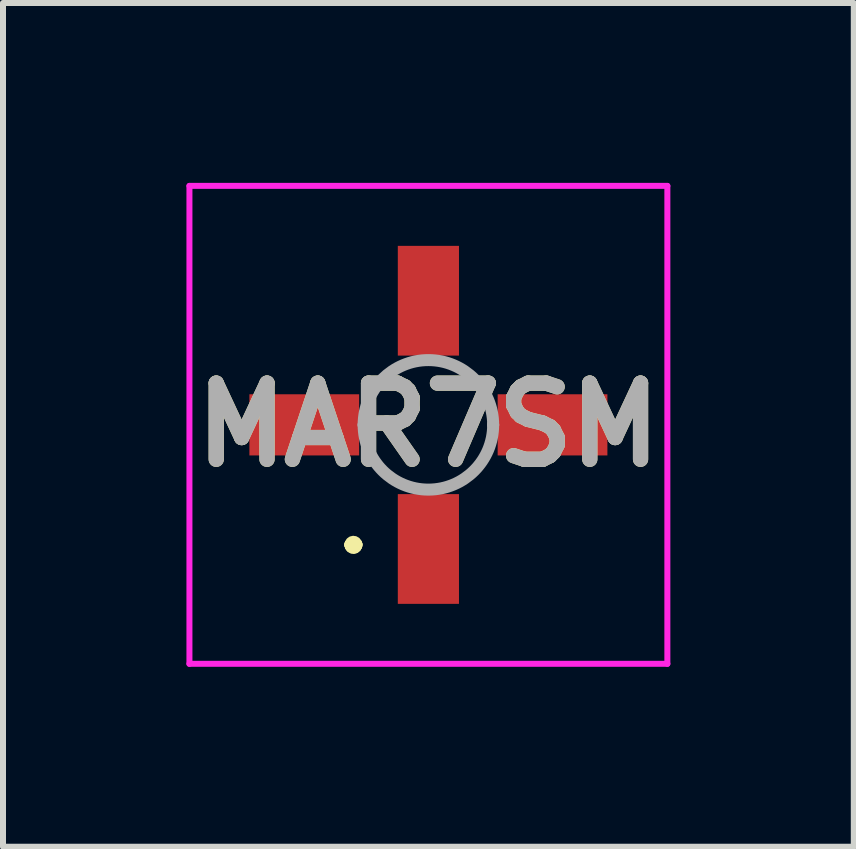
<source format=kicad_pcb>
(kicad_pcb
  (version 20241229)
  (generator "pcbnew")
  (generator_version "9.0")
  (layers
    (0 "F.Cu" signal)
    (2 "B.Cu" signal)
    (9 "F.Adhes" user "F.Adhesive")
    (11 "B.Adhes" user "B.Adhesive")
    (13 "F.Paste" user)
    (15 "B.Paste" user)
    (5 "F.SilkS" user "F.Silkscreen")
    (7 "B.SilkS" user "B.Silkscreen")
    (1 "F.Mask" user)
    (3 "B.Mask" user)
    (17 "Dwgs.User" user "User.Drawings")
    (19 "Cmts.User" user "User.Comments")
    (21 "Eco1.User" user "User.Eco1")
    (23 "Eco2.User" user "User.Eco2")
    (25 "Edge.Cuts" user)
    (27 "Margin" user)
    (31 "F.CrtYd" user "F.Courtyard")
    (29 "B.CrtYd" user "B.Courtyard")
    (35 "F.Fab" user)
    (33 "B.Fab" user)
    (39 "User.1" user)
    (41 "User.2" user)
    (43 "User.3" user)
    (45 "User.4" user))
  (footprint "MAR7SM"
    (layer "F.Cu")
    (at 4.094 4.035)
    (property "Reference" "MAR7SM" (at 0 0 0) (layer "F.SilkS") (effects (font (size 1.27 1.27) (thickness 0.254))))
    (attr smd)
    (fp_line (start -1.3 2) (end -1.3 2) (stroke (width 0.2) (type solid)) (layer "F.SilkS"))
    (fp_line (start -1.3 2) (end -1.3 2) (stroke (width 0.2) (type solid)) (layer "F.SilkS"))
    (fp_line (start -1.2 2) (end -1.2 2) (stroke (width 0.2) (type solid)) (layer "F.SilkS"))
    (fp_arc (start -1.3 2) (mid -1.25 1.95) (end -1.2 2) (stroke (width 0.2) (type solid)) (layer "F.SilkS"))
    (fp_arc (start -1.2 2) (mid -1.25 2.05) (end -1.3 2) (stroke (width 0.2) (type solid)) (layer "F.SilkS"))
    (fp_arc (start -1.2 2) (mid -1.25 2.05) (end -1.3 2) (stroke (width 0.2) (type solid)) (layer "F.SilkS"))
    (fp_line (start -3.985 -3.985) (end 3.985 -3.985) (stroke (width 0.1) (type solid)) (layer "F.CrtYd"))
    (fp_line (start -3.985 3.985) (end -3.985 -3.985) (stroke (width 0.1) (type solid)) (layer "F.CrtYd"))
    (fp_line (start 3.985 -3.985) (end 3.985 3.985) (stroke (width 0.1) (type solid)) (layer "F.CrtYd"))
    (fp_line (start 3.985 3.985) (end -3.985 3.985) (stroke (width 0.1) (type solid)) (layer "F.CrtYd"))
    (fp_line (start -1.08 0) (end -1.08 0) (stroke (width 0.2) (type solid)) (layer "F.Fab"))
    (fp_line (start 1.08 0) (end 1.08 0) (stroke (width 0.2) (type solid)) (layer "F.Fab"))
    (fp_arc (start -1.08 0) (mid 0 -1.08) (end 1.08 0) (stroke (width 0.2) (type solid)) (layer "F.Fab"))
    (fp_arc (start 1.08 0) (mid 0 1.08) (end -1.08 0) (stroke (width 0.2) (type solid)) (layer "F.Fab"))
    (fp_text user "${REFERENCE}" (at 0 0 0) (layer "F.Fab") (effects (font (size 1.27 1.27) (thickness 0.254))))
    (pad "1" smd rect (at 0 2.07) (size 1.02 1.83) (layers "F.Cu" "F.Mask" "F.Paste"))
    (pad "2" smd rect (at 2.07 0 90) (size 1.02 1.83) (layers "F.Cu" "F.Mask" "F.Paste"))
    (pad "3" smd rect (at 0 -2.07) (size 1.02 1.83) (layers "F.Cu" "F.Mask" "F.Paste"))
    (pad "4" smd rect (at -2.07 0 90) (size 1.02 1.83) (layers "F.Cu" "F.Mask" "F.Paste")))
  (gr_rect
    (start -3 -3)
    (end 11.188 11.07)
    (stroke (width 0.1) (type default))
    (fill no)
    (layer "Edge.Cuts")))
</source>
